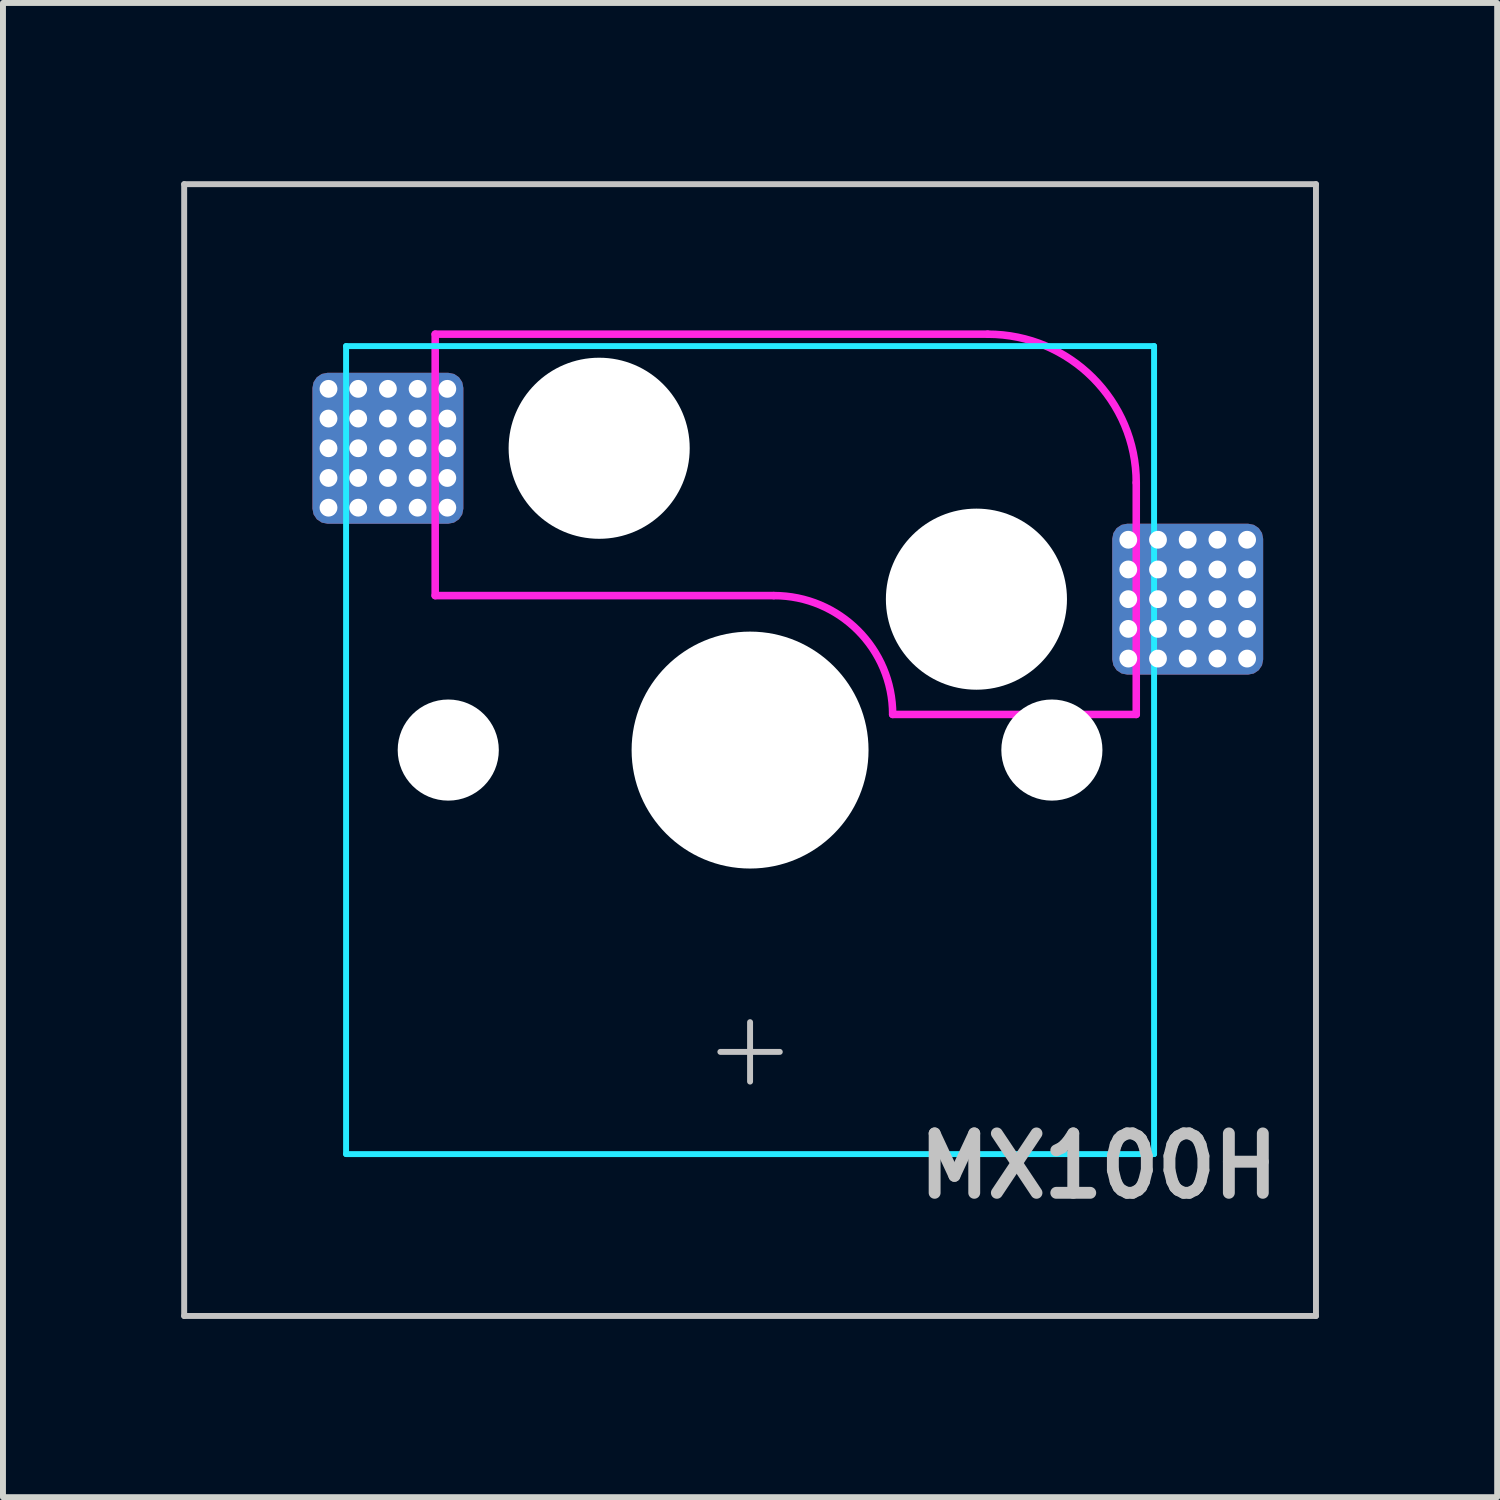
<source format=kicad_pcb>
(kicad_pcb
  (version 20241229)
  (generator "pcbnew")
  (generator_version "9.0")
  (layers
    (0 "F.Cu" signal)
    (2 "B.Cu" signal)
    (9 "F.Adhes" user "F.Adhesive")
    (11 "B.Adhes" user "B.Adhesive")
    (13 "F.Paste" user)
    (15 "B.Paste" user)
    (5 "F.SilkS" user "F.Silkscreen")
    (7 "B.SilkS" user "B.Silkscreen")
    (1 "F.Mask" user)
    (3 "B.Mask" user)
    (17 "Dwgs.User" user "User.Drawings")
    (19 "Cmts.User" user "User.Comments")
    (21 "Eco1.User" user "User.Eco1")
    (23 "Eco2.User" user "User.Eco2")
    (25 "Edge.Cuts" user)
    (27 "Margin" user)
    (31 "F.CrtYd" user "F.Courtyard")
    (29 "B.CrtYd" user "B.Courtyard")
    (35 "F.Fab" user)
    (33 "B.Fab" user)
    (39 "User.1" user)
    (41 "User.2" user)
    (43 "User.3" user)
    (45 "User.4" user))
  (footprint "MX100H"
    (layer "F.Cu")
    (at 9.575 9.575)
    (property "Reference" "MX100H" (at 9 7 0) (layer "Dwgs.User") (effects (font (size 1 1) (thickness 0.2)) (justify right)))
    (attr smd)
    (fp_line (start -9.525 -9.525) (end 9.525 -9.525) (stroke (width 0.1) (type solid)) (layer "Dwgs.User"))
    (fp_line (start -9.525 9.525) (end -9.525 -9.525) (stroke (width 0.1) (type solid)) (layer "Dwgs.User"))
    (fp_line (start -0.5 5.08) (end 0.5 5.08) (stroke (width 0.1) (type solid)) (layer "Dwgs.User"))
    (fp_line (start 0 4.58) (end 0 5.58) (stroke (width 0.1) (type solid)) (layer "Dwgs.User"))
    (fp_line (start 9.525 -9.525) (end 9.525 9.525) (stroke (width 0.1) (type solid)) (layer "Dwgs.User"))
    (fp_line (start 9.525 9.525) (end -9.525 9.525) (stroke (width 0.1) (type solid)) (layer "Dwgs.User"))
    (fp_line (start -7 -6.5) (end -7 6.5) (stroke (width 0.1) (type solid)) (layer "Eco1.User"))
    (fp_line (start -6.5 7) (end 6.5 7) (stroke (width 0.1) (type solid)) (layer "Eco1.User"))
    (fp_line (start 6.5 -7) (end -6.5 -7) (stroke (width 0.1) (type solid)) (layer "Eco1.User"))
    (fp_line (start 7 6.5) (end 7 -6.5) (stroke (width 0.1) (type solid)) (layer "Eco1.User"))
    (fp_arc (start -7 -6.5) (mid -6.853553 -6.853553) (end -6.5 -7) (stroke (width 0.1) (type solid)) (layer "Eco1.User"))
    (fp_arc (start -6.5 7) (mid -6.853553 6.853553) (end -7 6.5) (stroke (width 0.1) (type solid)) (layer "Eco1.User"))
    (fp_arc (start 6.5 -7) (mid 6.853553 -6.853553) (end 7 -6.5) (stroke (width 0.1) (type solid)) (layer "Eco1.User"))
    (fp_arc (start 7 6.5) (mid 6.853553 6.853553) (end 6.5 7) (stroke (width 0.1) (type solid)) (layer "Eco1.User"))
    (fp_line (start -6.8 -6.8) (end -6.8 6.8) (stroke (width 0.1) (type solid)) (layer "B.CrtYd"))
    (fp_line (start -6.8 -6.8) (end 6.8 -6.8) (stroke (width 0.1) (type solid)) (layer "B.CrtYd"))
    (fp_line (start -6.8 6.8) (end 6.8 6.8) (stroke (width 0.1) (type solid)) (layer "B.CrtYd"))
    (fp_line (start 6.8 -6.8) (end 6.8 6.8) (stroke (width 0.1) (type solid)) (layer "B.CrtYd"))
    (fp_line (start -5.3 -7) (end -5.3 -2.6) (stroke (width 0.127) (type solid)) (layer "F.CrtYd"))
    (fp_line (start -5.3 -7) (end 4 -7) (stroke (width 0.127) (type solid)) (layer "F.CrtYd"))
    (fp_line (start 0.4 -2.6) (end -5.3 -2.6) (stroke (width 0.127) (type solid)) (layer "F.CrtYd"))
    (fp_line (start 6.5 -4.5) (end 6.5 -0.6) (stroke (width 0.127) (type solid)) (layer "F.CrtYd"))
    (fp_line (start 6.5 -0.6) (end 2.4 -0.6) (stroke (width 0.127) (type solid)) (layer "F.CrtYd"))
    (fp_arc (start 0.4 -2.6) (mid 1.814214 -2.014214) (end 2.4 -0.6) (stroke (width 0.127) (type solid)) (layer "F.CrtYd"))
    (fp_arc (start 4 -7) (mid 5.767767 -6.267767) (end 6.5 -4.5) (stroke (width 0.127) (type solid)) (layer "F.CrtYd"))
    (pad "" np_thru_hole circle (at -5.08 0) (size 1.702 1.702) (drill 1.702) (layers "*.Cu" "*.Mask"))
    (pad "" np_thru_hole circle (at -2.54 -5.08) (size 3.048 3.048) (drill 3.048) (layers "*.Cu" "*.Mask"))
    (pad "" np_thru_hole circle (at 0 0) (size 3.988 3.988) (drill 3.988) (layers "*.Cu" "*.Mask"))
    (pad "" np_thru_hole circle (at 3.81 -2.54 90) (size 3.048 3.048) (drill 3.048) (layers "*.Cu" "*.Mask"))
    (pad "" np_thru_hole circle (at 5.08 0) (size 1.702 1.702) (drill 1.702) (layers "*.Cu" "*.Mask"))
    (pad "1" thru_hole circle (at -7.096 -6.08) (size 0.3 0.3) (drill 0.3) (layers "*.Cu" "F.Mask"))
    (pad "1" thru_hole circle (at -7.096 -5.58) (size 0.3 0.3) (drill 0.3) (layers "*.Cu" "F.Mask"))
    (pad "1" thru_hole circle (at -7.096 -5.08) (size 0.3 0.3) (drill 0.3) (layers "*.Cu" "F.Mask"))
    (pad "1" thru_hole circle (at -7.096 -4.58) (size 0.3 0.3) (drill 0.3) (layers "*.Cu" "F.Mask"))
    (pad "1" thru_hole circle (at -7.096 -4.08) (size 0.3 0.3) (drill 0.3) (layers "*.Cu" "F.Mask"))
    (pad "1" thru_hole circle (at -6.596 -6.08) (size 0.3 0.3) (drill 0.3) (layers "*.Cu" "F.Mask"))
    (pad "1" thru_hole circle (at -6.596 -5.58) (size 0.3 0.3) (drill 0.3) (layers "*.Cu" "F.Mask"))
    (pad "1" thru_hole circle (at -6.596 -5.08) (size 0.3 0.3) (drill 0.3) (layers "*.Cu" "F.Mask"))
    (pad "1" thru_hole circle (at -6.596 -4.58) (size 0.3 0.3) (drill 0.3) (layers "*.Cu" "F.Mask"))
    (pad "1" thru_hole circle (at -6.596 -4.08) (size 0.3 0.3) (drill 0.3) (layers "*.Cu" "F.Mask"))
    (pad "1" thru_hole circle (at -6.096 -6.08) (size 0.3 0.3) (drill 0.3) (layers "*.Cu" "F.Mask"))
    (pad "1" thru_hole circle (at -6.096 -5.58) (size 0.3 0.3) (drill 0.3) (layers "*.Cu" "F.Mask"))
    (pad "1" thru_hole circle (at -6.096 -5.08) (size 0.3 0.3) (drill 0.3) (layers "*.Cu" "F.Mask"))
    (pad "1" smd roundrect (at -6.096 -5.08) (size 2.54 2.54) (layers "F.Cu" "F.Mask") (roundrect_rratio 0.1))
    (pad "1" smd roundrect (at -6.096 -5.08) (size 2.54 2.54) (layers "B.Cu") (roundrect_rratio 0.1))
    (pad "1" thru_hole circle (at -6.096 -4.58) (size 0.3 0.3) (drill 0.3) (layers "*.Cu" "F.Mask"))
    (pad "1" thru_hole circle (at -6.096 -4.08) (size 0.3 0.3) (drill 0.3) (layers "*.Cu" "F.Mask"))
    (pad "1" thru_hole circle (at -5.596 -6.08) (size 0.3 0.3) (drill 0.3) (layers "*.Cu" "F.Mask"))
    (pad "1" thru_hole circle (at -5.596 -5.58) (size 0.3 0.3) (drill 0.3) (layers "*.Cu" "F.Mask"))
    (pad "1" thru_hole circle (at -5.596 -5.08) (size 0.3 0.3) (drill 0.3) (layers "*.Cu" "F.Mask"))
    (pad "1" thru_hole circle (at -5.596 -4.58) (size 0.3 0.3) (drill 0.3) (layers "*.Cu" "F.Mask"))
    (pad "1" thru_hole circle (at -5.596 -4.08) (size 0.3 0.3) (drill 0.3) (layers "*.Cu" "F.Mask"))
    (pad "1" thru_hole circle (at -5.096 -6.08) (size 0.3 0.3) (drill 0.3) (layers "*.Cu" "F.Mask"))
    (pad "1" thru_hole circle (at -5.096 -5.58) (size 0.3 0.3) (drill 0.3) (layers "*.Cu" "F.Mask"))
    (pad "1" thru_hole circle (at -5.096 -5.08) (size 0.3 0.3) (drill 0.3) (layers "*.Cu" "F.Mask"))
    (pad "1" thru_hole circle (at -5.096 -4.58) (size 0.3 0.3) (drill 0.3) (layers "*.Cu" "F.Mask"))
    (pad "1" thru_hole circle (at -5.096 -4.08) (size 0.3 0.3) (drill 0.3) (layers "*.Cu" "F.Mask"))
    (pad "2" thru_hole circle (at 6.366 -3.54) (size 0.3 0.3) (drill 0.3) (layers "*.Cu" "F.Mask"))
    (pad "2" thru_hole circle (at 6.366 -3.04) (size 0.3 0.3) (drill 0.3) (layers "*.Cu" "F.Mask"))
    (pad "2" thru_hole circle (at 6.366 -2.54) (size 0.3 0.3) (drill 0.3) (layers "*.Cu" "F.Mask"))
    (pad "2" thru_hole circle (at 6.366 -2.04) (size 0.3 0.3) (drill 0.3) (layers "*.Cu" "F.Mask"))
    (pad "2" thru_hole circle (at 6.366 -1.54) (size 0.3 0.3) (drill 0.3) (layers "*.Cu" "F.Mask"))
    (pad "2" thru_hole circle (at 6.866 -3.54) (size 0.3 0.3) (drill 0.3) (layers "*.Cu" "F.Mask"))
    (pad "2" thru_hole circle (at 6.866 -3.04) (size 0.3 0.3) (drill 0.3) (layers "*.Cu" "F.Mask"))
    (pad "2" thru_hole circle (at 6.866 -2.54) (size 0.3 0.3) (drill 0.3) (layers "*.Cu" "F.Mask"))
    (pad "2" thru_hole circle (at 6.866 -2.04) (size 0.3 0.3) (drill 0.3) (layers "*.Cu" "F.Mask"))
    (pad "2" thru_hole circle (at 6.866 -1.54) (size 0.3 0.3) (drill 0.3) (layers "*.Cu" "F.Mask"))
    (pad "2" thru_hole circle (at 7.366 -3.54) (size 0.3 0.3) (drill 0.3) (layers "*.Cu" "F.Mask"))
    (pad "2" thru_hole circle (at 7.366 -3.04) (size 0.3 0.3) (drill 0.3) (layers "*.Cu" "F.Mask"))
    (pad "2" thru_hole circle (at 7.366 -2.54) (size 0.3 0.3) (drill 0.3) (layers "*.Cu" "F.Mask"))
    (pad "2" smd roundrect (at 7.366 -2.54) (size 2.54 2.54) (layers "F.Cu" "F.Mask") (roundrect_rratio 0.1))
    (pad "2" smd roundrect (at 7.366 -2.54) (size 2.54 2.54) (layers "B.Cu") (roundrect_rratio 0.1))
    (pad "2" thru_hole circle (at 7.366 -2.04) (size 0.3 0.3) (drill 0.3) (layers "*.Cu" "F.Mask"))
    (pad "2" thru_hole circle (at 7.366 -1.54) (size 0.3 0.3) (drill 0.3) (layers "*.Cu" "F.Mask"))
    (pad "2" thru_hole circle (at 7.866 -3.54) (size 0.3 0.3) (drill 0.3) (layers "*.Cu" "F.Mask"))
    (pad "2" thru_hole circle (at 7.866 -3.04) (size 0.3 0.3) (drill 0.3) (layers "*.Cu" "F.Mask"))
    (pad "2" thru_hole circle (at 7.866 -2.54) (size 0.3 0.3) (drill 0.3) (layers "*.Cu" "F.Mask"))
    (pad "2" thru_hole circle (at 7.866 -2.04) (size 0.3 0.3) (drill 0.3) (layers "*.Cu" "F.Mask"))
    (pad "2" thru_hole circle (at 7.866 -1.54) (size 0.3 0.3) (drill 0.3) (layers "*.Cu" "F.Mask"))
    (pad "2" thru_hole circle (at 8.366 -3.54) (size 0.3 0.3) (drill 0.3) (layers "*.Cu" "F.Mask"))
    (pad "2" thru_hole circle (at 8.366 -3.04) (size 0.3 0.3) (drill 0.3) (layers "*.Cu" "F.Mask"))
    (pad "2" thru_hole circle (at 8.366 -2.54) (size 0.3 0.3) (drill 0.3) (layers "*.Cu" "F.Mask"))
    (pad "2" thru_hole circle (at 8.366 -2.04) (size 0.3 0.3) (drill 0.3) (layers "*.Cu" "F.Mask"))
    (pad "2" thru_hole circle (at 8.366 -1.54) (size 0.3 0.3) (drill 0.3) (layers "*.Cu" "F.Mask")))
  (gr_rect
    (start -3 -3)
    (end 22.15 22.15)
    (stroke (width 0.1) (type default))
    (fill no)
    (layer "Edge.Cuts")))
</source>
